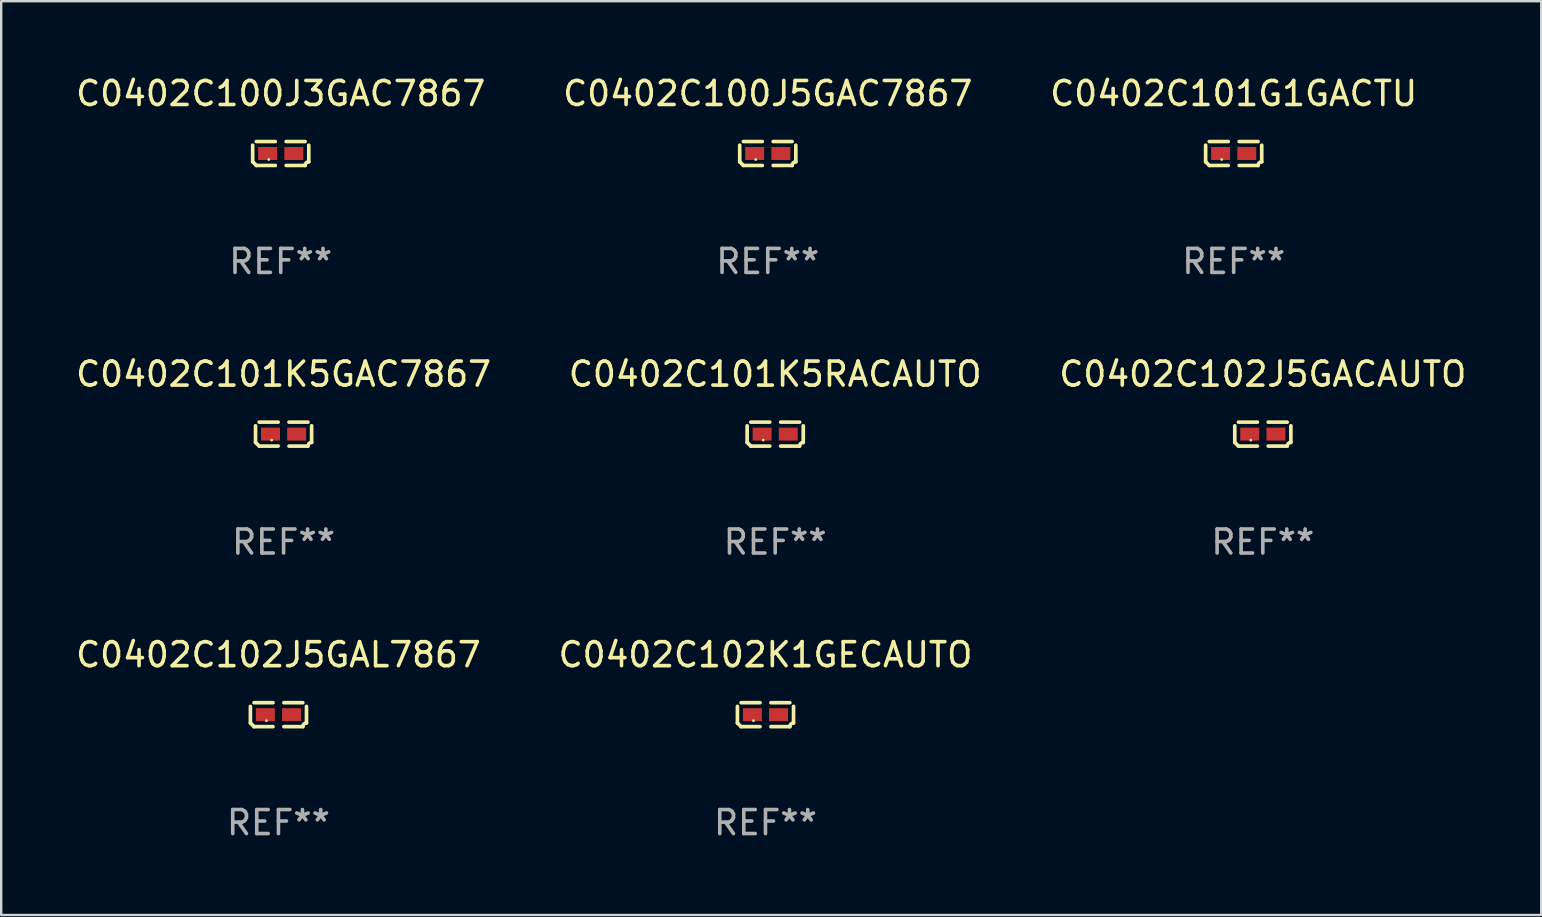
<source format=kicad_pcb>
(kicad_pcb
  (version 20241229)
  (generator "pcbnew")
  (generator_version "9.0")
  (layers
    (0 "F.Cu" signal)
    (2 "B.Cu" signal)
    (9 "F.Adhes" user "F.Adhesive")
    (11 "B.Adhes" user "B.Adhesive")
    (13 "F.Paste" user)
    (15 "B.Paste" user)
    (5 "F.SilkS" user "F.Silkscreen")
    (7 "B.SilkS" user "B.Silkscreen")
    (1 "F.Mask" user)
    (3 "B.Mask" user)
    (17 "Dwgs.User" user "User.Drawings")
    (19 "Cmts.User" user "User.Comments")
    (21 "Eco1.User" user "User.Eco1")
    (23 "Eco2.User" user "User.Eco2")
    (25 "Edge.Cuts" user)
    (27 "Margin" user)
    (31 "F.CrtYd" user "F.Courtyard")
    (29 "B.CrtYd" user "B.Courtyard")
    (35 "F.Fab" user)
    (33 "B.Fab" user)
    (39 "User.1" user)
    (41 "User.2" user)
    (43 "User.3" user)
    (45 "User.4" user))
  (footprint "C0402C100J3GAC7867"
    (layer "F.Cu")
    (at 8.649 3.347)
    (property "Reference" "C0402C100J3GAC7867" (at 0 -2.499 0) (layer "F.SilkS") (effects (font (size 1 1) (thickness 0.15))))
    (attr through_hole)
    (fp_line (start -1.169 0.346) (end -1.169 -0.346) (stroke (width 0.152) (type solid)) (layer "F.SilkS"))
    (fp_line (start -1.016 -0.499) (end -0.226 -0.499) (stroke (width 0.152) (type solid)) (layer "F.SilkS"))
    (fp_line (start -0.226 0.499) (end -1.016 0.499) (stroke (width 0.152) (type solid)) (layer "F.SilkS"))
    (fp_line (start 0.226 0.499) (end 1.016 0.499) (stroke (width 0.152) (type solid)) (layer "F.SilkS"))
    (fp_line (start 1.016 -0.499) (end 0.226 -0.499) (stroke (width 0.152) (type solid)) (layer "F.SilkS"))
    (fp_line (start 1.169 0.346) (end 1.169 -0.346) (stroke (width 0.152) (type solid)) (layer "F.SilkS"))
    (fp_arc (start -1.016307 0.498603) (mid -1.092512 0.422405) (end -1.16871 0.3462) (stroke (width 0.1524) (type solid)) (layer "F.SilkS"))
    (fp_arc (start 1.016307 0.498603) (mid 1.060899 0.390758) (end 1.168707 0.346076) (stroke (width 0.1524) (type solid)) (layer "F.SilkS"))
    (fp_circle (center -0.5 0.25) (end -0.47 0.25) (stroke (width 0.06) (type solid)) (fill no) (layer "F.SilkS"))
    (fp_text user "REF**" (at 0 4.499 0) (layer "F.Fab") (effects (font (size 1 1) (thickness 0.15))))
    (pad "1" smd rect (at -0.545 0) (size 0.79 0.54) (layers "F.Cu" "F.Mask" "F.Paste"))
    (pad "2" smd rect (at 0.545 0) (size 0.79 0.54) (layers "F.Cu" "F.Mask" "F.Paste")))
  (footprint "C0402C102J5GAL7867"
    (layer "F.Cu")
    (at 8.554 26.734)
    (property "Reference" "C0402C102J5GAL7867" (at 0 -2.499 0) (layer "F.SilkS") (effects (font (size 1 1) (thickness 0.15))))
    (attr through_hole)
    (fp_line (start -1.169 0.346) (end -1.169 -0.346) (stroke (width 0.152) (type solid)) (layer "F.SilkS"))
    (fp_line (start -1.016 -0.499) (end -0.226 -0.499) (stroke (width 0.152) (type solid)) (layer "F.SilkS"))
    (fp_line (start -0.226 0.499) (end -1.016 0.499) (stroke (width 0.152) (type solid)) (layer "F.SilkS"))
    (fp_line (start 0.226 0.499) (end 1.016 0.499) (stroke (width 0.152) (type solid)) (layer "F.SilkS"))
    (fp_line (start 1.016 -0.499) (end 0.226 -0.499) (stroke (width 0.152) (type solid)) (layer "F.SilkS"))
    (fp_line (start 1.169 0.346) (end 1.169 -0.346) (stroke (width 0.152) (type solid)) (layer "F.SilkS"))
    (fp_arc (start -1.016307 0.498603) (mid -1.092512 0.422405) (end -1.16871 0.3462) (stroke (width 0.1524) (type solid)) (layer "F.SilkS"))
    (fp_arc (start 1.016307 0.498603) (mid 1.060899 0.390758) (end 1.168707 0.346076) (stroke (width 0.1524) (type solid)) (layer "F.SilkS"))
    (fp_circle (center -0.5 0.25) (end -0.47 0.25) (stroke (width 0.06) (type solid)) (fill no) (layer "F.SilkS"))
    (fp_text user "REF**" (at 0 4.499 0) (layer "F.Fab") (effects (font (size 1 1) (thickness 0.15))))
    (pad "1" smd rect (at -0.545 0) (size 0.79 0.54) (layers "F.Cu" "F.Mask" "F.Paste"))
    (pad "2" smd rect (at 0.545 0) (size 0.79 0.54) (layers "F.Cu" "F.Mask" "F.Paste")))
  (footprint "C0402C102J5GACAUTO"
    (layer "F.Cu")
    (at 49.577 15.041)
    (property "Reference" "C0402C102J5GACAUTO" (at 0 -2.499 0) (layer "F.SilkS") (effects (font (size 1 1) (thickness 0.15))))
    (attr through_hole)
    (fp_line (start -1.169 0.346) (end -1.169 -0.346) (stroke (width 0.152) (type solid)) (layer "F.SilkS"))
    (fp_line (start -1.016 -0.499) (end -0.226 -0.499) (stroke (width 0.152) (type solid)) (layer "F.SilkS"))
    (fp_line (start -0.226 0.499) (end -1.016 0.499) (stroke (width 0.152) (type solid)) (layer "F.SilkS"))
    (fp_line (start 0.226 0.499) (end 1.016 0.499) (stroke (width 0.152) (type solid)) (layer "F.SilkS"))
    (fp_line (start 1.016 -0.499) (end 0.226 -0.499) (stroke (width 0.152) (type solid)) (layer "F.SilkS"))
    (fp_line (start 1.169 0.346) (end 1.169 -0.346) (stroke (width 0.152) (type solid)) (layer "F.SilkS"))
    (fp_arc (start -1.016307 0.498603) (mid -1.092512 0.422405) (end -1.16871 0.3462) (stroke (width 0.1524) (type solid)) (layer "F.SilkS"))
    (fp_arc (start 1.016307 0.498603) (mid 1.060899 0.390758) (end 1.168707 0.346076) (stroke (width 0.1524) (type solid)) (layer "F.SilkS"))
    (fp_circle (center -0.5 0.25) (end -0.47 0.25) (stroke (width 0.06) (type solid)) (fill no) (layer "F.SilkS"))
    (fp_text user "REF**" (at 0 4.499 0) (layer "F.Fab") (effects (font (size 1 1) (thickness 0.15))))
    (pad "1" smd rect (at -0.545 0) (size 0.79 0.54) (layers "F.Cu" "F.Mask" "F.Paste"))
    (pad "2" smd rect (at 0.545 0) (size 0.79 0.54) (layers "F.Cu" "F.Mask" "F.Paste")))
  (footprint "C0402C101K5RACAUTO"
    (layer "F.Cu")
    (at 29.256 15.041)
    (property "Reference" "C0402C101K5RACAUTO" (at 0 -2.499 0) (layer "F.SilkS") (effects (font (size 1 1) (thickness 0.15))))
    (attr through_hole)
    (fp_line (start -1.169 0.346) (end -1.169 -0.346) (stroke (width 0.152) (type solid)) (layer "F.SilkS"))
    (fp_line (start -1.016 -0.499) (end -0.226 -0.499) (stroke (width 0.152) (type solid)) (layer "F.SilkS"))
    (fp_line (start -0.226 0.499) (end -1.016 0.499) (stroke (width 0.152) (type solid)) (layer "F.SilkS"))
    (fp_line (start 0.226 0.499) (end 1.016 0.499) (stroke (width 0.152) (type solid)) (layer "F.SilkS"))
    (fp_line (start 1.016 -0.499) (end 0.226 -0.499) (stroke (width 0.152) (type solid)) (layer "F.SilkS"))
    (fp_line (start 1.169 0.346) (end 1.169 -0.346) (stroke (width 0.152) (type solid)) (layer "F.SilkS"))
    (fp_arc (start -1.016307 0.498603) (mid -1.092512 0.422405) (end -1.16871 0.3462) (stroke (width 0.1524) (type solid)) (layer "F.SilkS"))
    (fp_arc (start 1.016307 0.498603) (mid 1.060899 0.390758) (end 1.168707 0.346076) (stroke (width 0.1524) (type solid)) (layer "F.SilkS"))
    (fp_circle (center -0.5 0.25) (end -0.47 0.25) (stroke (width 0.06) (type solid)) (fill no) (layer "F.SilkS"))
    (fp_text user "REF**" (at 0 4.499 0) (layer "F.Fab") (effects (font (size 1 1) (thickness 0.15))))
    (pad "1" smd rect (at -0.545 0) (size 0.79 0.54) (layers "F.Cu" "F.Mask" "F.Paste"))
    (pad "2" smd rect (at 0.545 0) (size 0.79 0.54) (layers "F.Cu" "F.Mask" "F.Paste")))
  (footprint "C0402C101G1GACTU"
    (layer "F.Cu")
    (at 48.363 3.347)
    (property "Reference" "C0402C101G1GACTU" (at 0 -2.499 0) (layer "F.SilkS") (effects (font (size 1 1) (thickness 0.15))))
    (attr through_hole)
    (fp_line (start -1.169 0.346) (end -1.169 -0.346) (stroke (width 0.152) (type solid)) (layer "F.SilkS"))
    (fp_line (start -1.016 -0.499) (end -0.226 -0.499) (stroke (width 0.152) (type solid)) (layer "F.SilkS"))
    (fp_line (start -0.226 0.499) (end -1.016 0.499) (stroke (width 0.152) (type solid)) (layer "F.SilkS"))
    (fp_line (start 0.226 0.499) (end 1.016 0.499) (stroke (width 0.152) (type solid)) (layer "F.SilkS"))
    (fp_line (start 1.016 -0.499) (end 0.226 -0.499) (stroke (width 0.152) (type solid)) (layer "F.SilkS"))
    (fp_line (start 1.169 0.346) (end 1.169 -0.346) (stroke (width 0.152) (type solid)) (layer "F.SilkS"))
    (fp_arc (start -1.016307 0.498603) (mid -1.092512 0.422405) (end -1.16871 0.3462) (stroke (width 0.1524) (type solid)) (layer "F.SilkS"))
    (fp_arc (start 1.016307 0.498603) (mid 1.060899 0.390758) (end 1.168707 0.346076) (stroke (width 0.1524) (type solid)) (layer "F.SilkS"))
    (fp_circle (center -0.5 0.25) (end -0.47 0.25) (stroke (width 0.06) (type solid)) (fill no) (layer "F.SilkS"))
    (fp_text user "REF**" (at 0 4.499 0) (layer "F.Fab") (effects (font (size 1 1) (thickness 0.15))))
    (pad "1" smd rect (at -0.545 0) (size 0.79 0.54) (layers "F.Cu" "F.Mask" "F.Paste"))
    (pad "2" smd rect (at 0.545 0) (size 0.79 0.54) (layers "F.Cu" "F.Mask" "F.Paste")))
  (footprint "C0402C100J5GAC7867"
    (layer "F.Cu")
    (at 28.946 3.347)
    (property "Reference" "C0402C100J5GAC7867" (at 0 -2.499 0) (layer "F.SilkS") (effects (font (size 1 1) (thickness 0.15))))
    (attr through_hole)
    (fp_line (start -1.169 0.346) (end -1.169 -0.346) (stroke (width 0.152) (type solid)) (layer "F.SilkS"))
    (fp_line (start -1.016 -0.499) (end -0.226 -0.499) (stroke (width 0.152) (type solid)) (layer "F.SilkS"))
    (fp_line (start -0.226 0.499) (end -1.016 0.499) (stroke (width 0.152) (type solid)) (layer "F.SilkS"))
    (fp_line (start 0.226 0.499) (end 1.016 0.499) (stroke (width 0.152) (type solid)) (layer "F.SilkS"))
    (fp_line (start 1.016 -0.499) (end 0.226 -0.499) (stroke (width 0.152) (type solid)) (layer "F.SilkS"))
    (fp_line (start 1.169 0.346) (end 1.169 -0.346) (stroke (width 0.152) (type solid)) (layer "F.SilkS"))
    (fp_arc (start -1.016307 0.498603) (mid -1.092512 0.422405) (end -1.16871 0.3462) (stroke (width 0.1524) (type solid)) (layer "F.SilkS"))
    (fp_arc (start 1.016307 0.498603) (mid 1.060899 0.390758) (end 1.168707 0.346076) (stroke (width 0.1524) (type solid)) (layer "F.SilkS"))
    (fp_circle (center -0.5 0.25) (end -0.47 0.25) (stroke (width 0.06) (type solid)) (fill no) (layer "F.SilkS"))
    (fp_text user "REF**" (at 0 4.499 0) (layer "F.Fab") (effects (font (size 1 1) (thickness 0.15))))
    (pad "1" smd rect (at -0.545 0) (size 0.79 0.54) (layers "F.Cu" "F.Mask" "F.Paste"))
    (pad "2" smd rect (at 0.545 0) (size 0.79 0.54) (layers "F.Cu" "F.Mask" "F.Paste")))
  (footprint "C0402C101K5GAC7867"
    (layer "F.Cu")
    (at 8.768 15.041)
    (property "Reference" "C0402C101K5GAC7867" (at 0 -2.499 0) (layer "F.SilkS") (effects (font (size 1 1) (thickness 0.15))))
    (attr through_hole)
    (fp_line (start -1.169 0.346) (end -1.169 -0.346) (stroke (width 0.152) (type solid)) (layer "F.SilkS"))
    (fp_line (start -1.016 -0.499) (end -0.226 -0.499) (stroke (width 0.152) (type solid)) (layer "F.SilkS"))
    (fp_line (start -0.226 0.499) (end -1.016 0.499) (stroke (width 0.152) (type solid)) (layer "F.SilkS"))
    (fp_line (start 0.226 0.499) (end 1.016 0.499) (stroke (width 0.152) (type solid)) (layer "F.SilkS"))
    (fp_line (start 1.016 -0.499) (end 0.226 -0.499) (stroke (width 0.152) (type solid)) (layer "F.SilkS"))
    (fp_line (start 1.169 0.346) (end 1.169 -0.346) (stroke (width 0.152) (type solid)) (layer "F.SilkS"))
    (fp_arc (start -1.016307 0.498603) (mid -1.092512 0.422405) (end -1.16871 0.3462) (stroke (width 0.1524) (type solid)) (layer "F.SilkS"))
    (fp_arc (start 1.016307 0.498603) (mid 1.060899 0.390758) (end 1.168707 0.346076) (stroke (width 0.1524) (type solid)) (layer "F.SilkS"))
    (fp_circle (center -0.5 0.25) (end -0.47 0.25) (stroke (width 0.06) (type solid)) (fill no) (layer "F.SilkS"))
    (fp_text user "REF**" (at 0 4.499 0) (layer "F.Fab") (effects (font (size 1 1) (thickness 0.15))))
    (pad "1" smd rect (at -0.545 0) (size 0.79 0.54) (layers "F.Cu" "F.Mask" "F.Paste"))
    (pad "2" smd rect (at 0.545 0) (size 0.79 0.54) (layers "F.Cu" "F.Mask" "F.Paste")))
  (footprint "C0402C102K1GECAUTO"
    (layer "F.Cu")
    (at 28.851 26.734)
    (property "Reference" "C0402C102K1GECAUTO" (at 0 -2.499 0) (layer "F.SilkS") (effects (font (size 1 1) (thickness 0.15))))
    (attr through_hole)
    (fp_line (start -1.169 0.346) (end -1.169 -0.346) (stroke (width 0.152) (type solid)) (layer "F.SilkS"))
    (fp_line (start -1.016 -0.499) (end -0.226 -0.499) (stroke (width 0.152) (type solid)) (layer "F.SilkS"))
    (fp_line (start -0.226 0.499) (end -1.016 0.499) (stroke (width 0.152) (type solid)) (layer "F.SilkS"))
    (fp_line (start 0.226 0.499) (end 1.016 0.499) (stroke (width 0.152) (type solid)) (layer "F.SilkS"))
    (fp_line (start 1.016 -0.499) (end 0.226 -0.499) (stroke (width 0.152) (type solid)) (layer "F.SilkS"))
    (fp_line (start 1.169 0.346) (end 1.169 -0.346) (stroke (width 0.152) (type solid)) (layer "F.SilkS"))
    (fp_arc (start -1.016307 0.498603) (mid -1.092512 0.422405) (end -1.16871 0.3462) (stroke (width 0.1524) (type solid)) (layer "F.SilkS"))
    (fp_arc (start 1.016307 0.498603) (mid 1.060899 0.390758) (end 1.168707 0.346076) (stroke (width 0.1524) (type solid)) (layer "F.SilkS"))
    (fp_circle (center -0.5 0.25) (end -0.47 0.25) (stroke (width 0.06) (type solid)) (fill no) (layer "F.SilkS"))
    (fp_text user "REF**" (at 0 4.499 0) (layer "F.Fab") (effects (font (size 1 1) (thickness 0.15))))
    (pad "1" smd rect (at -0.545 0) (size 0.79 0.54) (layers "F.Cu" "F.Mask" "F.Paste"))
    (pad "2" smd rect (at 0.545 0) (size 0.79 0.54) (layers "F.Cu" "F.Mask" "F.Paste")))
  (gr_rect
    (start -3 -3)
    (end 61.179 35.081)
    (stroke (width 0.1) (type default))
    (fill no)
    (layer "Edge.Cuts")))
</source>
